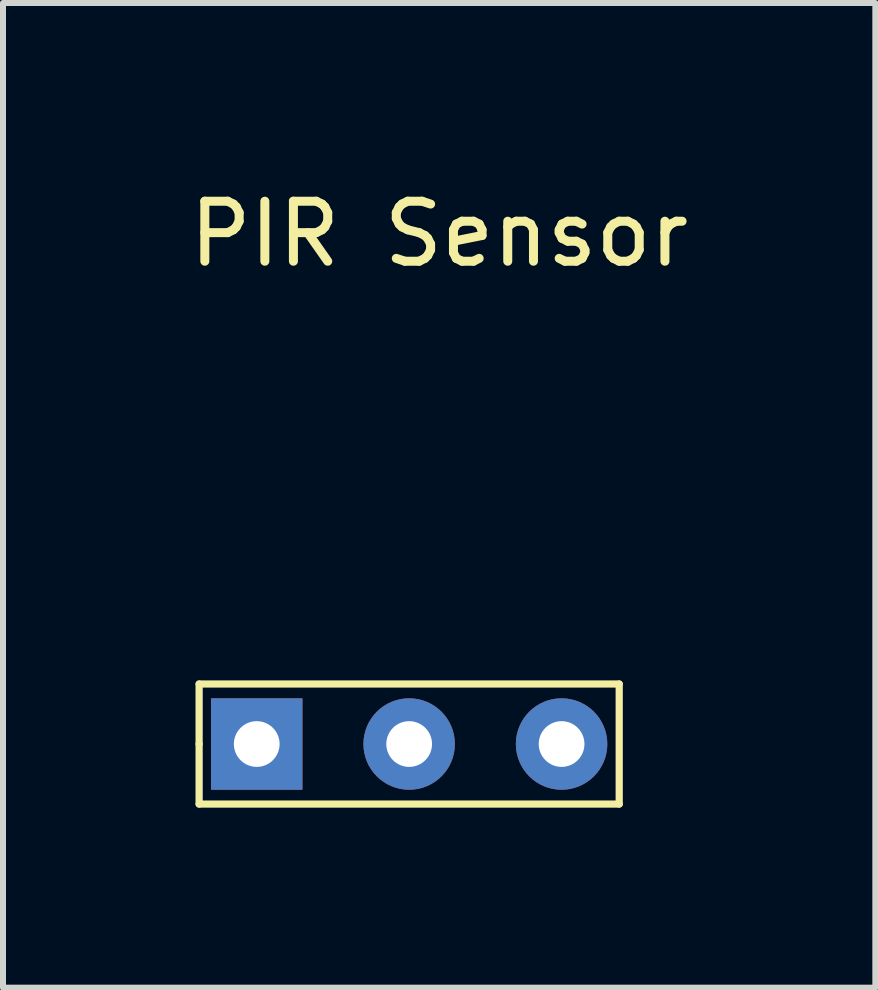
<source format=kicad_pcb>
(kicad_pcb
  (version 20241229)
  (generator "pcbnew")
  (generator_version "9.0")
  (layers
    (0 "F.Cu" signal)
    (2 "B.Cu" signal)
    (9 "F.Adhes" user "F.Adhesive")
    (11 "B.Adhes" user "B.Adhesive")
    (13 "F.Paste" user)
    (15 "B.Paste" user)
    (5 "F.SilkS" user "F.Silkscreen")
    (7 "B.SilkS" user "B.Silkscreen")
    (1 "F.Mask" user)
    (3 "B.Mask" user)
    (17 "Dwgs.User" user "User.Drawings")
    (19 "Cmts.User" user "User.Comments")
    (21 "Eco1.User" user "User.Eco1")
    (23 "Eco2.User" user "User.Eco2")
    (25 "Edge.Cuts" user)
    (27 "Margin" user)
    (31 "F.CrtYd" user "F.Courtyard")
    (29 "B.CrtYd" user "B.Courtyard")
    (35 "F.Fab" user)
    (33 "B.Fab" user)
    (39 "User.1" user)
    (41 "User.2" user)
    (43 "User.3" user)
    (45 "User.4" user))
  (footprint "PIR Sensor"
    (layer "F.Cu")
    (at 3.768 9.348)
    (property "Reference" "PIR Sensor" (at 0.5 -8.5 0) (layer "F.SilkS") (effects (font (size 1 1) (thickness 0.15))))
    (attr through_hole)
    (fp_line (start -3.5 -1) (end -3.5 0) (stroke (width 0.12) (type solid)) (layer "F.SilkS"))
    (fp_line (start -3.5 0) (end -3.5 1) (stroke (width 0.12) (type solid)) (layer "F.SilkS"))
    (fp_line (start -3.5 1) (end 3.5 1) (stroke (width 0.12) (type solid)) (layer "F.SilkS"))
    (fp_line (start 3.5 -1) (end -3.5 -1) (stroke (width 0.12) (type solid)) (layer "F.SilkS"))
    (fp_line (start 3.5 1) (end 3.5 -1) (stroke (width 0.12) (type solid)) (layer "F.SilkS"))
    (pad "1" thru_hole rect (at -2.54 0) (size 1.524 1.524) (drill 0.762) (layers "*.Cu" "*.Mask"))
    (pad "2" thru_hole circle (at 0 0) (size 1.524 1.524) (drill 0.762) (layers "*.Cu" "*.Mask"))
    (pad "3" thru_hole circle (at 2.54 0) (size 1.524 1.524) (drill 0.762) (layers "*.Cu" "*.Mask")))
  (gr_rect
    (start -3 -3)
    (end 11.536 13.408)
    (stroke (width 0.1) (type default))
    (fill no)
    (layer "Edge.Cuts")))
</source>
